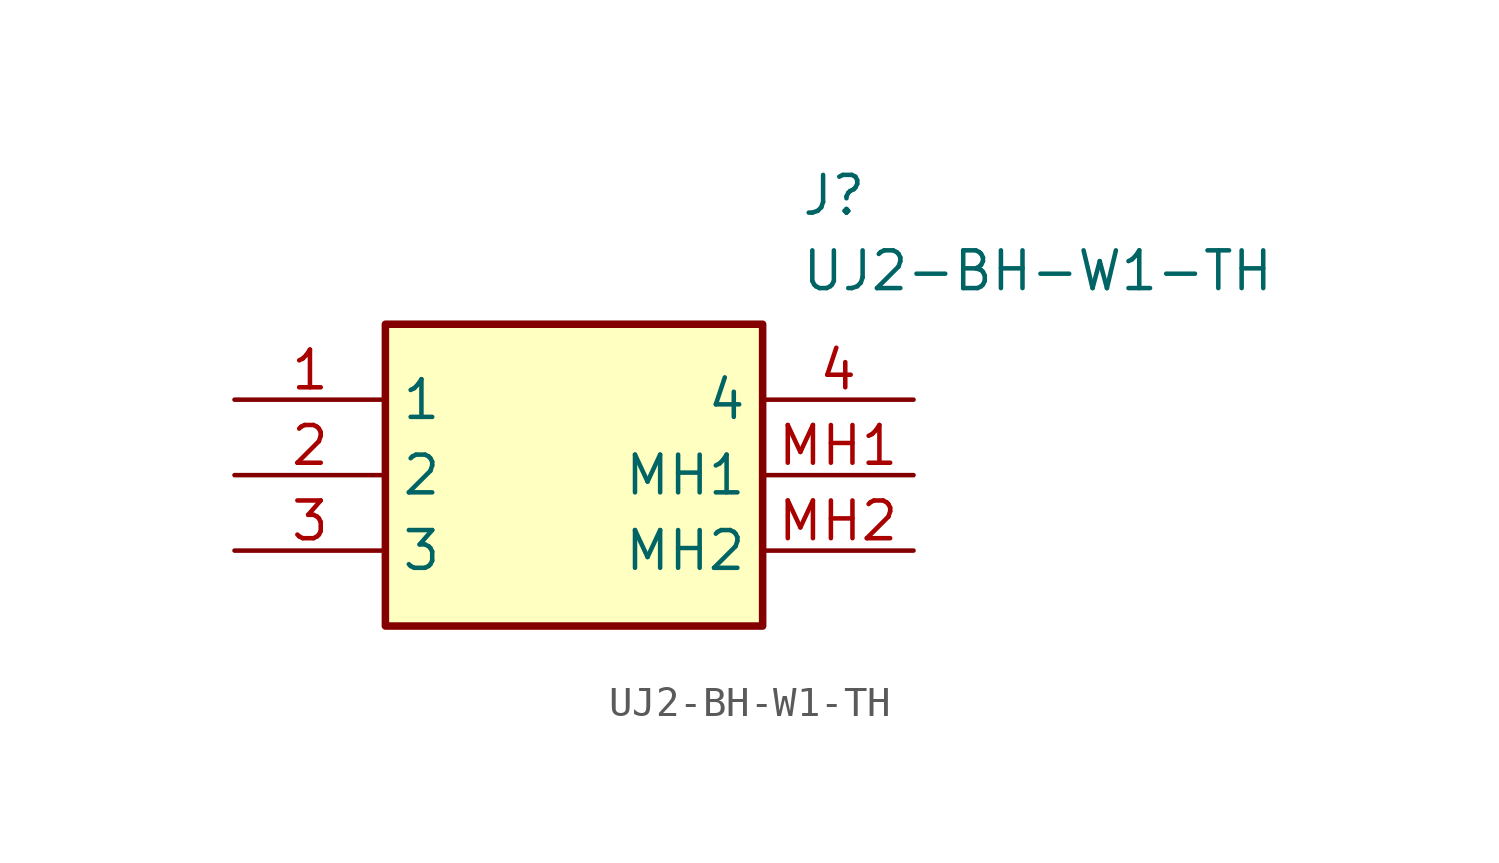
<source format=kicad_sym>
(kicad_symbol_lib
  (version 20211014)
  (generator SamacSys_ECAD_Model)
  (symbol "UJ2-BH-W1-TH"
    (property "Reference" "J"
      (at 19.05 7.62 0)
      (effects (font (size 1.27 1.27)) (justify left top)))
    (property "Value" "UJ2-BH-W1-TH"
      (at 19.05 5.08 0)
      (effects (font (size 1.27 1.27)) (justify left top)))
    (rectangle
      (start 5.08 2.54)
      (end 17.78 -7.62)
      (stroke (width 0.254) (type default))
      (fill (type background)))
    (pin passive line
      (at 0 0 0)
      (length 5.08)
      (name "1" (effects (font (size 1.27 1.27))))
      (number "1" (effects (font (size 1.27 1.27)))))
    (pin passive line
      (at 0 -2.54 0)
      (length 5.08)
      (name "2" (effects (font (size 1.27 1.27))))
      (number "2" (effects (font (size 1.27 1.27)))))
    (pin passive line
      (at 0 -5.08 0)
      (length 5.08)
      (name "3" (effects (font (size 1.27 1.27))))
      (number "3" (effects (font (size 1.27 1.27)))))
    (pin passive line
      (at 22.86 0 180)
      (length 5.08)
      (name "4" (effects (font (size 1.27 1.27))))
      (number "4" (effects (font (size 1.27 1.27)))))
    (pin passive line
      (at 22.86 -2.54 180)
      (length 5.08)
      (name "MH1" (effects (font (size 1.27 1.27))))
      (number "MH1" (effects (font (size 1.27 1.27)))))
    (pin passive line
      (at 22.86 -5.08 180)
      (length 5.08)
      (name "MH2" (effects (font (size 1.27 1.27))))
      (number "MH2" (effects (font (size 1.27 1.27)))))))
</source>
